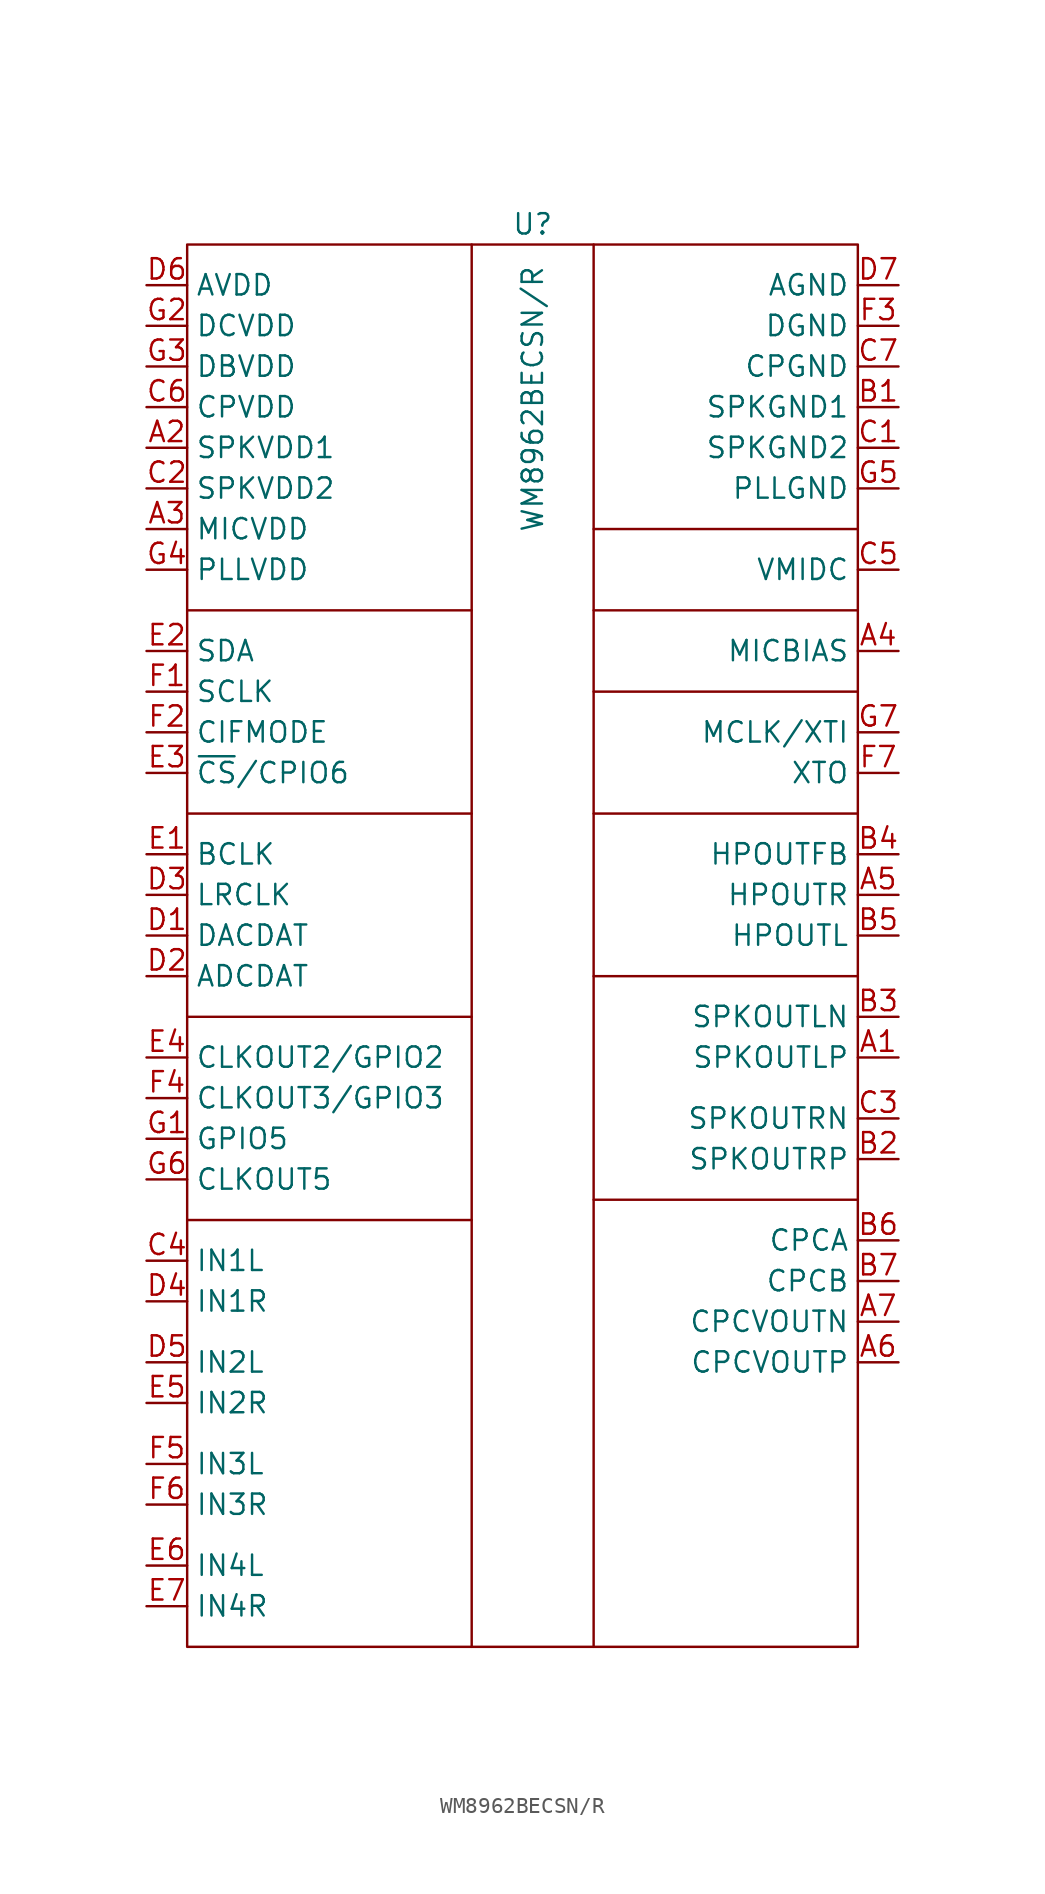
<source format=kicad_sym>
(kicad_symbol_lib
  (version 20231120)
  (generator "kicad_symbol_editor")
  (generator_version "8.0")
  (symbol "WM8962BECSN/R"
    (property "Reference" "U"
      (at 0 0 0)
      (effects (font (size 1.27 1.27))))
    (property "Value" "WM8962BECSN/R"
      (at 0 -10.922 90)
      (effects (font (size 1.27 1.27))))
    (symbol "WM8962BECSN/R_0_1"
      (rectangle (start -21.59 -1.27) (end 20.32 -88.9) (stroke (width 0) (type default)) (fill (type none)))
      (polyline (pts (xy -21.59 -62.23) (xy -3.81 -62.23)) (stroke (width 0) (type default)) (fill (type none)))
      (polyline (pts (xy -21.59 -49.53) (xy -3.81 -49.53)) (stroke (width 0) (type default)) (fill (type none)))
      (polyline (pts (xy -21.59 -36.83) (xy -3.81 -36.83)) (stroke (width 0) (type default)) (fill (type none)))
      (polyline (pts (xy -21.59 -24.13) (xy -3.81 -24.13)) (stroke (width 0) (type default)) (fill (type none)))
      (polyline (pts (xy -3.81 -88.9) (xy -3.81 -1.27)) (stroke (width 0) (type default)) (fill (type none)))
      (polyline (pts (xy 3.81 -60.96) (xy 20.32 -60.96)) (stroke (width 0) (type default)) (fill (type none)))
      (polyline (pts (xy 3.81 -46.99) (xy 20.32 -46.99)) (stroke (width 0) (type default)) (fill (type none)))
      (polyline (pts (xy 3.81 -36.83) (xy 20.32 -36.83)) (stroke (width 0) (type default)) (fill (type none)))
      (polyline (pts (xy 3.81 -29.21) (xy 20.32 -29.21)) (stroke (width 0) (type default)) (fill (type none)))
      (polyline (pts (xy 3.81 -24.13) (xy 20.32 -24.13)) (stroke (width 0) (type default)) (fill (type none)))
      (polyline (pts (xy 3.81 -19.05) (xy 20.32 -19.05)) (stroke (width 0) (type default)) (fill (type none)))
      (polyline (pts (xy 3.81 -1.27) (xy 3.81 -88.9)) (stroke (width 0) (type default)) (fill (type none))))
    (symbol "WM8962BECSN/R_1_1"
      (pin output line (at 22.86 -52.07 180) (length 2.54) (name "SPKOUTLP" (effects (font (size 1.27 1.27)))) (number "A1" (effects (font (size 1.27 1.27)))))
      (pin power_in line (at -24.13 -13.97 0) (length 2.54) (name "SPKVDD1" (effects (font (size 1.27 1.27)))) (number "A2" (effects (font (size 1.27 1.27)))))
      (pin power_in line (at -24.13 -19.05 0) (length 2.54) (name "MICVDD" (effects (font (size 1.27 1.27)))) (number "A3" (effects (font (size 1.27 1.27)))))
      (pin passive line (at 22.86 -26.67 180) (length 2.54) (name "MICBIAS" (effects (font (size 1.27 1.27)))) (number "A4" (effects (font (size 1.27 1.27)))))
      (pin output line (at 22.86 -41.91 180) (length 2.54) (name "HPOUTR" (effects (font (size 1.27 1.27)))) (number "A5" (effects (font (size 1.27 1.27)))))
      (pin power_in line (at 22.86 -71.12 180) (length 2.54) (name "CPCVOUTP" (effects (font (size 1.27 1.27)))) (number "A6" (effects (font (size 1.27 1.27)))))
      (pin power_in line (at 22.86 -68.58 180) (length 2.54) (name "CPCVOUTN" (effects (font (size 1.27 1.27)))) (number "A7" (effects (font (size 1.27 1.27)))))
      (pin power_in line (at 22.86 -11.43 180) (length 2.54) (name "SPKGND1" (effects (font (size 1.27 1.27)))) (number "B1" (effects (font (size 1.27 1.27)))))
      (pin output line (at 22.86 -58.42 180) (length 2.54) (name "SPKOUTRP" (effects (font (size 1.27 1.27)))) (number "B2" (effects (font (size 1.27 1.27)))))
      (pin output line (at 22.86 -49.53 180) (length 2.54) (name "SPKOUTLN" (effects (font (size 1.27 1.27)))) (number "B3" (effects (font (size 1.27 1.27)))))
      (pin input line (at 22.86 -39.37 180) (length 2.54) (name "HPOUTFB" (effects (font (size 1.27 1.27)))) (number "B4" (effects (font (size 1.27 1.27)))))
      (pin output line (at 22.86 -44.45 180) (length 2.54) (name "HPOUTL" (effects (font (size 1.27 1.27)))) (number "B5" (effects (font (size 1.27 1.27)))))
      (pin input line (at 22.86 -63.5 180) (length 2.54) (name "CPCA" (effects (font (size 1.27 1.27)))) (number "B6" (effects (font (size 1.27 1.27)))))
      (pin input line (at 22.86 -66.04 180) (length 2.54) (name "CPCB" (effects (font (size 1.27 1.27)))) (number "B7" (effects (font (size 1.27 1.27)))))
      (pin power_in line (at 22.86 -13.97 180) (length 2.54) (name "SPKGND2" (effects (font (size 1.27 1.27)))) (number "C1" (effects (font (size 1.27 1.27)))))
      (pin power_in line (at -24.13 -16.51 0) (length 2.54) (name "SPKVDD2" (effects (font (size 1.27 1.27)))) (number "C2" (effects (font (size 1.27 1.27)))))
      (pin output line (at 22.86 -55.88 180) (length 2.54) (name "SPKOUTRN" (effects (font (size 1.27 1.27)))) (number "C3" (effects (font (size 1.27 1.27)))))
      (pin input line (at -24.13 -64.77 0) (length 2.54) (name "IN1L" (effects (font (size 1.27 1.27)))) (number "C4" (effects (font (size 1.27 1.27)))))
      (pin passive line (at 22.86 -21.59 180) (length 2.54) (name "VMIDC" (effects (font (size 1.27 1.27)))) (number "C5" (effects (font (size 1.27 1.27)))))
      (pin power_in line (at -24.13 -11.43 0) (length 2.54) (name "CPVDD" (effects (font (size 1.27 1.27)))) (number "C6" (effects (font (size 1.27 1.27)))))
      (pin power_in line (at 22.86 -8.89 180) (length 2.54) (name "CPGND" (effects (font (size 1.27 1.27)))) (number "C7" (effects (font (size 1.27 1.27)))))
      (pin input line (at -24.13 -44.45 0) (length 2.54) (name "DACDAT" (effects (font (size 1.27 1.27)))) (number "D1" (effects (font (size 1.27 1.27)))))
      (pin output line (at -24.13 -46.99 0) (length 2.54) (name "ADCDAT" (effects (font (size 1.27 1.27)))) (number "D2" (effects (font (size 1.27 1.27)))))
      (pin bidirectional line (at -24.13 -41.91 0) (length 2.54) (name "LRCLK" (effects (font (size 1.27 1.27)))) (number "D3" (effects (font (size 1.27 1.27)))))
      (pin input line (at -24.13 -67.31 0) (length 2.54) (name "IN1R" (effects (font (size 1.27 1.27)))) (number "D4" (effects (font (size 1.27 1.27)))))
      (pin input line (at -24.13 -71.12 0) (length 2.54) (name "IN2L" (effects (font (size 1.27 1.27)))) (number "D5" (effects (font (size 1.27 1.27)))))
      (pin power_in line (at -24.13 -3.81 0) (length 2.54) (name "AVDD" (effects (font (size 1.27 1.27)))) (number "D6" (effects (font (size 1.27 1.27)))))
      (pin power_in line (at 22.86 -3.81 180) (length 2.54) (name "AGND" (effects (font (size 1.27 1.27)))) (number "D7" (effects (font (size 1.27 1.27)))))
      (pin bidirectional line (at -24.13 -39.37 0) (length 2.54) (name "BCLK" (effects (font (size 1.27 1.27)))) (number "E1" (effects (font (size 1.27 1.27)))))
      (pin bidirectional line (at -24.13 -26.67 0) (length 2.54) (name "SDA" (effects (font (size 1.27 1.27)))) (number "E2" (effects (font (size 1.27 1.27)))))
      (pin bidirectional line (at -24.13 -34.29 0) (length 2.54) (name "~{CS}/CPIO6" (effects (font (size 1.27 1.27)))) (number "E3" (effects (font (size 1.27 1.27)))))
      (pin bidirectional line (at -24.13 -52.07 0) (length 2.54) (name "CLKOUT2/GPIO2" (effects (font (size 1.27 1.27)))) (number "E4" (effects (font (size 1.27 1.27)))))
      (pin input line (at -24.13 -73.66 0) (length 2.54) (name "IN2R" (effects (font (size 1.27 1.27)))) (number "E5" (effects (font (size 1.27 1.27)))))
      (pin input line (at -24.13 -83.82 0) (length 2.54) (name "IN4L" (effects (font (size 1.27 1.27)))) (number "E6" (effects (font (size 1.27 1.27)))))
      (pin input line (at -24.13 -86.36 0) (length 2.54) (name "IN4R" (effects (font (size 1.27 1.27)))) (number "E7" (effects (font (size 1.27 1.27)))))
      (pin input line (at -24.13 -29.21 0) (length 2.54) (name "SCLK" (effects (font (size 1.27 1.27)))) (number "F1" (effects (font (size 1.27 1.27)))))
      (pin input line (at -24.13 -31.75 0) (length 2.54) (name "CIFMODE" (effects (font (size 1.27 1.27)))) (number "F2" (effects (font (size 1.27 1.27)))))
      (pin power_in line (at 22.86 -6.35 180) (length 2.54) (name "DGND" (effects (font (size 1.27 1.27)))) (number "F3" (effects (font (size 1.27 1.27)))))
      (pin bidirectional line (at -24.13 -54.61 0) (length 2.54) (name "CLKOUT3/GPIO3" (effects (font (size 1.27 1.27)))) (number "F4" (effects (font (size 1.27 1.27)))))
      (pin input line (at -24.13 -77.47 0) (length 2.54) (name "IN3L" (effects (font (size 1.27 1.27)))) (number "F5" (effects (font (size 1.27 1.27)))))
      (pin input line (at -24.13 -80.01 0) (length 2.54) (name "IN3R" (effects (font (size 1.27 1.27)))) (number "F6" (effects (font (size 1.27 1.27)))))
      (pin output line (at 22.86 -34.29 180) (length 2.54) (name "XTO" (effects (font (size 1.27 1.27)))) (number "F7" (effects (font (size 1.27 1.27)))))
      (pin bidirectional line (at -24.13 -57.15 0) (length 2.54) (name "GPIO5" (effects (font (size 1.27 1.27)))) (number "G1" (effects (font (size 1.27 1.27)))))
      (pin power_in line (at -24.13 -6.35 0) (length 2.54) (name "DCVDD" (effects (font (size 1.27 1.27)))) (number "G2" (effects (font (size 1.27 1.27)))))
      (pin power_in line (at -24.13 -8.89 0) (length 2.54) (name "DBVDD" (effects (font (size 1.27 1.27)))) (number "G3" (effects (font (size 1.27 1.27)))))
      (pin power_in line (at -24.13 -21.59 0) (length 2.54) (name "PLLVDD" (effects (font (size 1.27 1.27)))) (number "G4" (effects (font (size 1.27 1.27)))))
      (pin power_in line (at 22.86 -16.51 180) (length 2.54) (name "PLLGND" (effects (font (size 1.27 1.27)))) (number "G5" (effects (font (size 1.27 1.27)))))
      (pin output line (at -24.13 -59.69 0) (length 2.54) (name "CLKOUT5" (effects (font (size 1.27 1.27)))) (number "G6" (effects (font (size 1.27 1.27)))))
      (pin input line (at 22.86 -31.75 180) (length 2.54) (name "MCLK/XTI" (effects (font (size 1.27 1.27)))) (number "G7" (effects (font (size 1.27 1.27))))))))
</source>
